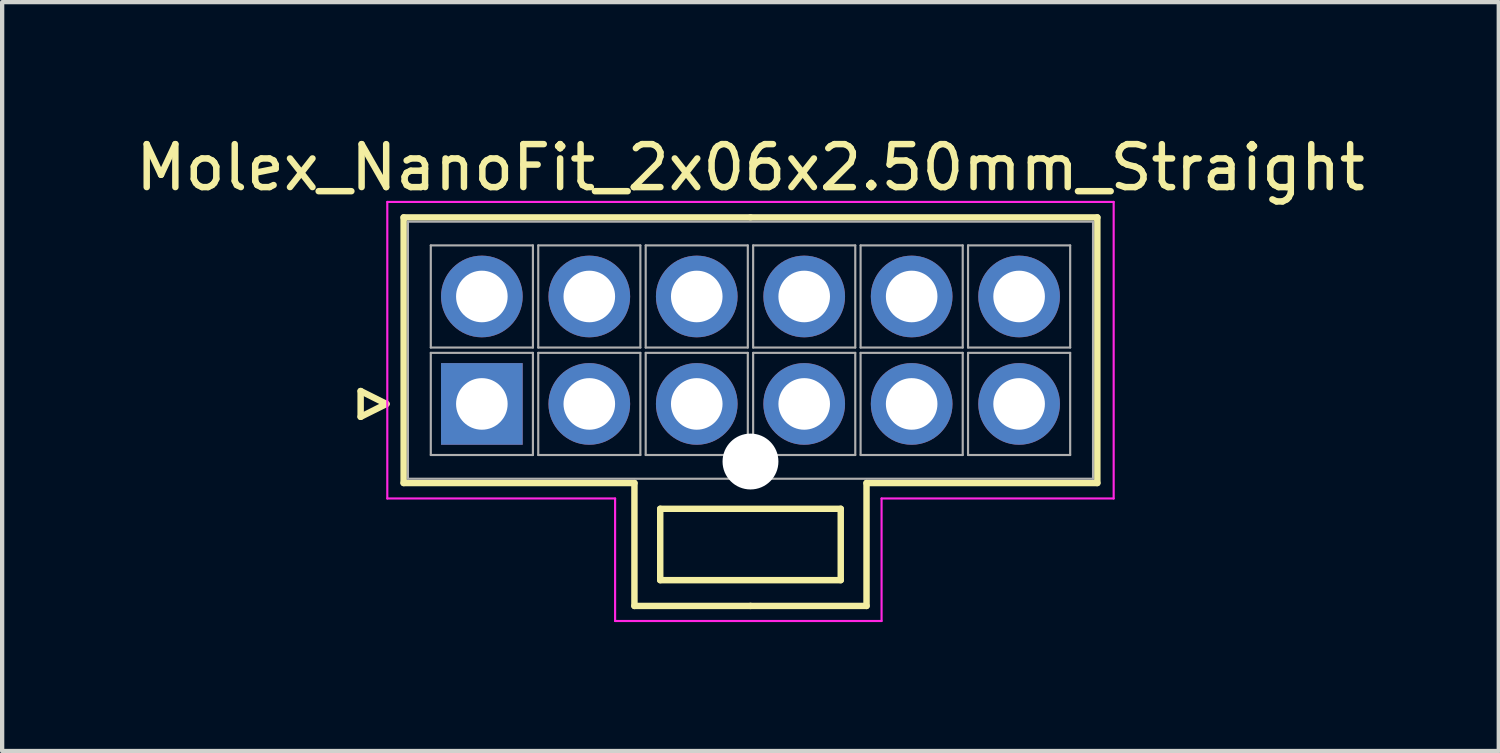
<source format=kicad_pcb>
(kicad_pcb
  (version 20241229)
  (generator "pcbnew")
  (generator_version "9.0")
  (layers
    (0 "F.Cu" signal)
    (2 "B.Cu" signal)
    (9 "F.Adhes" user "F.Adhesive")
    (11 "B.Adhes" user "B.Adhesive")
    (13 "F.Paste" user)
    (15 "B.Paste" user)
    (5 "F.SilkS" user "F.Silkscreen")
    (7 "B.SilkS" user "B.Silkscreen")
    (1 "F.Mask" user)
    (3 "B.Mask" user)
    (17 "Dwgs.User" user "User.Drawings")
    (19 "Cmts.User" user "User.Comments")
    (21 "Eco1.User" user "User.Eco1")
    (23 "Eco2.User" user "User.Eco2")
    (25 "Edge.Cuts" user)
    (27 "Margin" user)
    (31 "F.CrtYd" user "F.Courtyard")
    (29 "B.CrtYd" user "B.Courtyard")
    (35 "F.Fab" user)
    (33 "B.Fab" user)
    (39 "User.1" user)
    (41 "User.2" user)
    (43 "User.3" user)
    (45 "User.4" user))
  (footprint "Molex_NanoFit_2x06x2.50mm_Straight"
    (layer "F.Cu")
    (at 8.161 6.348)
    (property "Reference" "Molex_NanoFit_2x06x2.50mm_Straight" (at 6.25 -5.5 0) (layer "F.SilkS") (effects (font (size 1 1) (thickness 0.15))))
    (attr through_hole)
    (fp_line (start -2.82 -0.3) (end -2.22 0) (stroke (width 0.15) (type solid)) (layer "F.SilkS"))
    (fp_line (start -2.82 0.3) (end -2.82 -0.3) (stroke (width 0.15) (type solid)) (layer "F.SilkS"))
    (fp_line (start -2.22 0) (end -2.82 0.3) (stroke (width 0.15) (type solid)) (layer "F.SilkS"))
    (fp_line (start -1.82 -4.34) (end -1.82 1.84) (stroke (width 0.15) (type solid)) (layer "F.SilkS"))
    (fp_line (start -1.82 1.84) (end 3.55 1.84) (stroke (width 0.15) (type solid)) (layer "F.SilkS"))
    (fp_line (start 3.55 1.84) (end 3.55 4.7) (stroke (width 0.15) (type solid)) (layer "F.SilkS"))
    (fp_line (start 3.55 4.7) (end 6.25 4.7) (stroke (width 0.15) (type solid)) (layer "F.SilkS"))
    (fp_line (start 4.15 2.44) (end 4.15 4.1) (stroke (width 0.15) (type solid)) (layer "F.SilkS"))
    (fp_line (start 4.15 4.1) (end 8.35 4.1) (stroke (width 0.15) (type solid)) (layer "F.SilkS"))
    (fp_line (start 6.25 -4.34) (end -1.82 -4.34) (stroke (width 0.15) (type solid)) (layer "F.SilkS"))
    (fp_line (start 6.25 -4.34) (end 14.32 -4.34) (stroke (width 0.15) (type solid)) (layer "F.SilkS"))
    (fp_line (start 8.35 2.44) (end 4.15 2.44) (stroke (width 0.15) (type solid)) (layer "F.SilkS"))
    (fp_line (start 8.35 4.1) (end 8.35 2.44) (stroke (width 0.15) (type solid)) (layer "F.SilkS"))
    (fp_line (start 8.95 1.84) (end 8.95 4.7) (stroke (width 0.15) (type solid)) (layer "F.SilkS"))
    (fp_line (start 8.95 4.7) (end 6.25 4.7) (stroke (width 0.15) (type solid)) (layer "F.SilkS"))
    (fp_line (start 14.32 -4.34) (end 14.32 1.84) (stroke (width 0.15) (type solid)) (layer "F.SilkS"))
    (fp_line (start 14.32 1.84) (end 8.95 1.84) (stroke (width 0.15) (type solid)) (layer "F.SilkS"))
    (fp_line (start -2.2 -4.7) (end -2.2 2.2) (stroke (width 0.05) (type solid)) (layer "F.CrtYd"))
    (fp_line (start -2.2 2.2) (end 3.1 2.2) (stroke (width 0.05) (type solid)) (layer "F.CrtYd"))
    (fp_line (start 3.1 2.2) (end 3.1 5.05) (stroke (width 0.05) (type solid)) (layer "F.CrtYd"))
    (fp_line (start 3.1 5.05) (end 9.3 5.05) (stroke (width 0.05) (type solid)) (layer "F.CrtYd"))
    (fp_line (start 9.3 2.2) (end 14.7 2.2) (stroke (width 0.05) (type solid)) (layer "F.CrtYd"))
    (fp_line (start 9.3 5.05) (end 9.3 2.2) (stroke (width 0.05) (type solid)) (layer "F.CrtYd"))
    (fp_line (start 14.7 -4.7) (end -2.2 -4.7) (stroke (width 0.05) (type solid)) (layer "F.CrtYd"))
    (fp_line (start 14.7 2.2) (end 14.7 -4.7) (stroke (width 0.05) (type solid)) (layer "F.CrtYd"))
    (fp_line (start -1.72 -4.24) (end -1.72 1.74) (stroke (width 0.05) (type solid)) (layer "F.Fab"))
    (fp_line (start -1.72 1.74) (end 14.22 1.74) (stroke (width 0.05) (type solid)) (layer "F.Fab"))
    (fp_line (start -1.188 -3.688) (end -1.188 -1.312) (stroke (width 0.05) (type solid)) (layer "F.Fab"))
    (fp_line (start -1.188 -1.312) (end 1.188 -1.312) (stroke (width 0.05) (type solid)) (layer "F.Fab"))
    (fp_line (start -1.188 -1.188) (end -1.188 1.188) (stroke (width 0.05) (type solid)) (layer "F.Fab"))
    (fp_line (start -1.188 1.188) (end 1.188 1.188) (stroke (width 0.05) (type solid)) (layer "F.Fab"))
    (fp_line (start 1.188 -3.688) (end -1.188 -3.688) (stroke (width 0.05) (type solid)) (layer "F.Fab"))
    (fp_line (start 1.188 -1.312) (end 1.188 -3.688) (stroke (width 0.05) (type solid)) (layer "F.Fab"))
    (fp_line (start 1.188 -1.188) (end -1.188 -1.188) (stroke (width 0.05) (type solid)) (layer "F.Fab"))
    (fp_line (start 1.188 1.188) (end 1.188 -1.188) (stroke (width 0.05) (type solid)) (layer "F.Fab"))
    (fp_line (start 1.312 -3.688) (end 1.312 -1.312) (stroke (width 0.05) (type solid)) (layer "F.Fab"))
    (fp_line (start 1.312 -1.312) (end 3.688 -1.312) (stroke (width 0.05) (type solid)) (layer "F.Fab"))
    (fp_line (start 1.312 -1.188) (end 1.312 1.188) (stroke (width 0.05) (type solid)) (layer "F.Fab"))
    (fp_line (start 1.312 1.188) (end 3.688 1.188) (stroke (width 0.05) (type solid)) (layer "F.Fab"))
    (fp_line (start 3.688 -3.688) (end 1.312 -3.688) (stroke (width 0.05) (type solid)) (layer "F.Fab"))
    (fp_line (start 3.688 -1.312) (end 3.688 -3.688) (stroke (width 0.05) (type solid)) (layer "F.Fab"))
    (fp_line (start 3.688 -1.188) (end 1.312 -1.188) (stroke (width 0.05) (type solid)) (layer "F.Fab"))
    (fp_line (start 3.688 1.188) (end 3.688 -1.188) (stroke (width 0.05) (type solid)) (layer "F.Fab"))
    (fp_line (start 3.812 -3.688) (end 3.812 -1.312) (stroke (width 0.05) (type solid)) (layer "F.Fab"))
    (fp_line (start 3.812 -1.312) (end 6.188 -1.312) (stroke (width 0.05) (type solid)) (layer "F.Fab"))
    (fp_line (start 3.812 -1.188) (end 3.812 1.188) (stroke (width 0.05) (type solid)) (layer "F.Fab"))
    (fp_line (start 3.812 1.188) (end 6.188 1.188) (stroke (width 0.05) (type solid)) (layer "F.Fab"))
    (fp_line (start 6.188 -3.688) (end 3.812 -3.688) (stroke (width 0.05) (type solid)) (layer "F.Fab"))
    (fp_line (start 6.188 -1.312) (end 6.188 -3.688) (stroke (width 0.05) (type solid)) (layer "F.Fab"))
    (fp_line (start 6.188 -1.188) (end 3.812 -1.188) (stroke (width 0.05) (type solid)) (layer "F.Fab"))
    (fp_line (start 6.188 1.188) (end 6.188 -1.188) (stroke (width 0.05) (type solid)) (layer "F.Fab"))
    (fp_line (start 6.312 -3.688) (end 6.312 -1.312) (stroke (width 0.05) (type solid)) (layer "F.Fab"))
    (fp_line (start 6.312 -1.312) (end 8.688 -1.312) (stroke (width 0.05) (type solid)) (layer "F.Fab"))
    (fp_line (start 6.312 -1.188) (end 6.312 1.188) (stroke (width 0.05) (type solid)) (layer "F.Fab"))
    (fp_line (start 6.312 1.188) (end 8.688 1.188) (stroke (width 0.05) (type solid)) (layer "F.Fab"))
    (fp_line (start 8.688 -3.688) (end 6.312 -3.688) (stroke (width 0.05) (type solid)) (layer "F.Fab"))
    (fp_line (start 8.688 -1.312) (end 8.688 -3.688) (stroke (width 0.05) (type solid)) (layer "F.Fab"))
    (fp_line (start 8.688 -1.188) (end 6.312 -1.188) (stroke (width 0.05) (type solid)) (layer "F.Fab"))
    (fp_line (start 8.688 1.188) (end 8.688 -1.188) (stroke (width 0.05) (type solid)) (layer "F.Fab"))
    (fp_line (start 8.812 -3.688) (end 8.812 -1.312) (stroke (width 0.05) (type solid)) (layer "F.Fab"))
    (fp_line (start 8.812 -1.312) (end 11.188 -1.312) (stroke (width 0.05) (type solid)) (layer "F.Fab"))
    (fp_line (start 8.812 -1.188) (end 8.812 1.188) (stroke (width 0.05) (type solid)) (layer "F.Fab"))
    (fp_line (start 8.812 1.188) (end 11.188 1.188) (stroke (width 0.05) (type solid)) (layer "F.Fab"))
    (fp_line (start 11.188 -3.688) (end 8.812 -3.688) (stroke (width 0.05) (type solid)) (layer "F.Fab"))
    (fp_line (start 11.188 -1.312) (end 11.188 -3.688) (stroke (width 0.05) (type solid)) (layer "F.Fab"))
    (fp_line (start 11.188 -1.188) (end 8.812 -1.188) (stroke (width 0.05) (type solid)) (layer "F.Fab"))
    (fp_line (start 11.188 1.188) (end 11.188 -1.188) (stroke (width 0.05) (type solid)) (layer "F.Fab"))
    (fp_line (start 11.312 -3.688) (end 11.312 -1.312) (stroke (width 0.05) (type solid)) (layer "F.Fab"))
    (fp_line (start 11.312 -1.312) (end 13.688 -1.312) (stroke (width 0.05) (type solid)) (layer "F.Fab"))
    (fp_line (start 11.312 -1.188) (end 11.312 1.188) (stroke (width 0.05) (type solid)) (layer "F.Fab"))
    (fp_line (start 11.312 1.188) (end 13.688 1.188) (stroke (width 0.05) (type solid)) (layer "F.Fab"))
    (fp_line (start 13.688 -3.688) (end 11.312 -3.688) (stroke (width 0.05) (type solid)) (layer "F.Fab"))
    (fp_line (start 13.688 -1.312) (end 13.688 -3.688) (stroke (width 0.05) (type solid)) (layer "F.Fab"))
    (fp_line (start 13.688 -1.188) (end 11.312 -1.188) (stroke (width 0.05) (type solid)) (layer "F.Fab"))
    (fp_line (start 13.688 1.188) (end 13.688 -1.188) (stroke (width 0.05) (type solid)) (layer "F.Fab"))
    (fp_line (start 14.22 -4.24) (end -1.72 -4.24) (stroke (width 0.05) (type solid)) (layer "F.Fab"))
    (fp_line (start 14.22 1.74) (end 14.22 -4.24) (stroke (width 0.05) (type solid)) (layer "F.Fab"))
    (pad "" np_thru_hole circle (at 6.25 1.34) (size 1.3 1.3) (drill 1.3) (layers "*.Cu"))
    (pad "1" thru_hole rect (at 0 0) (size 1.9 1.9) (drill 1.2) (layers "*.Cu" "*.Mask"))
    (pad "2" thru_hole circle (at 2.5 0) (size 1.9 1.9) (drill 1.2) (layers "*.Cu" "*.Mask"))
    (pad "3" thru_hole circle (at 5 0) (size 1.9 1.9) (drill 1.2) (layers "*.Cu" "*.Mask"))
    (pad "4" thru_hole circle (at 7.5 0) (size 1.9 1.9) (drill 1.2) (layers "*.Cu" "*.Mask"))
    (pad "5" thru_hole circle (at 10 0) (size 1.9 1.9) (drill 1.2) (layers "*.Cu" "*.Mask"))
    (pad "6" thru_hole circle (at 12.5 0) (size 1.9 1.9) (drill 1.2) (layers "*.Cu" "*.Mask"))
    (pad "7" thru_hole circle (at 0 -2.5) (size 1.9 1.9) (drill 1.2) (layers "*.Cu" "*.Mask"))
    (pad "8" thru_hole circle (at 2.5 -2.5) (size 1.9 1.9) (drill 1.2) (layers "*.Cu" "*.Mask"))
    (pad "9" thru_hole circle (at 5 -2.5) (size 1.9 1.9) (drill 1.2) (layers "*.Cu" "*.Mask"))
    (pad "10" thru_hole circle (at 7.5 -2.5) (size 1.9 1.9) (drill 1.2) (layers "*.Cu" "*.Mask"))
    (pad "11" thru_hole circle (at 10 -2.5) (size 1.9 1.9) (drill 1.2) (layers "*.Cu" "*.Mask"))
    (pad "12" thru_hole circle (at 12.5 -2.5) (size 1.9 1.9) (drill 1.2) (layers "*.Cu" "*.Mask")))
  (gr_rect
    (start -3 -3)
    (end 31.821 14.423)
    (stroke (width 0.1) (type default))
    (fill no)
    (layer "Edge.Cuts")))
</source>
